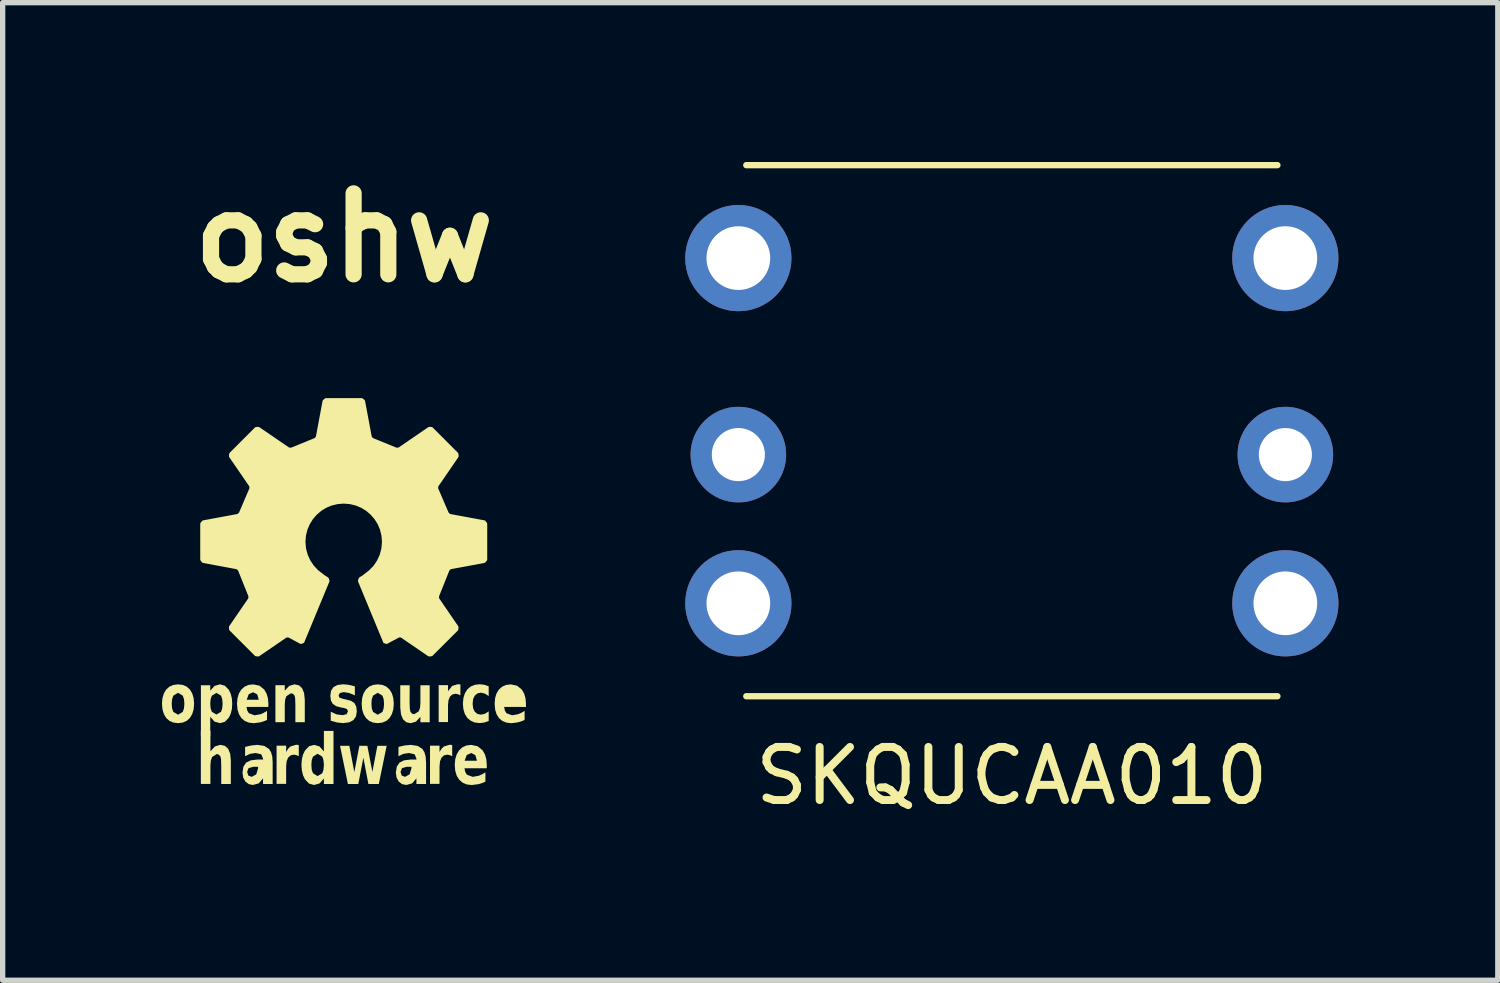
<source format=kicad_pcb>
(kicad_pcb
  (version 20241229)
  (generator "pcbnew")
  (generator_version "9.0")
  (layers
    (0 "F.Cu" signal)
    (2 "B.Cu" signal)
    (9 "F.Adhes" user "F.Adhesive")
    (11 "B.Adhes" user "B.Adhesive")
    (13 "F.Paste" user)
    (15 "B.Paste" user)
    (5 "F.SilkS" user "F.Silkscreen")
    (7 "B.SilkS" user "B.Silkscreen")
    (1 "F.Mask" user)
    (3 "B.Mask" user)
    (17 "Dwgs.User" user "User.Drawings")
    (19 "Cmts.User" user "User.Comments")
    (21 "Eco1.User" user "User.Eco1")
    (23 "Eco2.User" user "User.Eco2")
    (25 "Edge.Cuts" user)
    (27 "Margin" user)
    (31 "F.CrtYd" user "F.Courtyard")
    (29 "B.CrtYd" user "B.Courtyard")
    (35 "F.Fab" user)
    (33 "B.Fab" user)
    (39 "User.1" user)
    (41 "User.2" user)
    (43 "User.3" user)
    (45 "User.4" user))
  (footprint "oshw"
    (layer "F.Cu")
    (at 3.427 8.103)
    (property "Reference" "oshw" (at 0 -6.677 0) (layer "F.SilkS") (effects (font (size 1.524 1.524) (thickness 0.305))))
    (attr smd)
    (fp_poly (pts (xy -0.074 2.89) (xy 0.101 2.89) (xy 0.195 3.386) (xy 0.29 2.89) (xy 0.44 2.89) (xy 0.535 3.381) (xy 0.629 2.89) (xy 0.804 2.89) (xy 0.656 3.609) (xy 0.46 3.609) (xy 0.365 3.115) (xy 0.27 3.609) (xy 0.074 3.609) (xy -0.074 2.89)) (stroke (width 0) (type solid)) (fill yes) (layer "F.SilkS"))
    (fp_poly (pts (xy 2.192 1.939) (xy 2.146 1.919) (xy 2.1 1.91) (xy 2.04 1.924) (xy 1.996 1.965) (xy 1.968 2.032) (xy 1.959 2.123) (xy 1.959 2.444) (xy 1.783 2.444) (xy 1.783 1.748) (xy 1.959 1.748) (xy 1.959 1.862) (xy 2.037 1.763) (xy 2.142 1.731) (xy 2.163 1.732) (xy 2.193 1.736) (xy 2.192 1.939)) (stroke (width 0) (type solid)) (fill yes) (layer "F.SilkS"))
    (fp_poly (pts (xy -0.851 3.086) (xy -0.898 3.065) (xy -0.945 3.057) (xy -1.006 3.071) (xy -1.052 3.114) (xy -1.08 3.182) (xy -1.089 3.276) (xy -1.089 3.607) (xy -1.269 3.607) (xy -1.269 2.888) (xy -1.089 2.888) (xy -1.089 3.007) (xy -1.052 2.946) (xy -1.01 2.904) (xy -0.902 2.871) (xy -0.882 2.872) (xy -0.851 2.876) (xy -0.851 3.086)) (stroke (width 0) (type solid)) (fill yes) (layer "F.SilkS"))
    (fp_poly (pts (xy 2.038 3.086) (xy 1.99 3.065) (xy 1.944 3.057) (xy 1.882 3.071) (xy 1.836 3.114) (xy 1.809 3.182) (xy 1.799 3.276) (xy 1.799 3.607) (xy 1.62 3.607) (xy 1.62 2.888) (xy 1.799 2.888) (xy 1.799 3.007) (xy 1.837 2.946) (xy 1.879 2.904) (xy 1.987 2.871) (xy 2.007 2.872) (xy 2.038 2.876) (xy 2.038 3.086)) (stroke (width 0) (type solid)) (fill yes) (layer "F.SilkS"))
    (fp_poly (pts (xy -2.131 3.171) (xy -2.131 3.609) (xy -2.311 3.609) (xy -2.311 3.538) (xy -2.311 3.276) (xy -2.315 3.146) (xy -2.325 3.094) (xy -2.354 3.059) (xy -2.395 3.045) (xy -2.483 3.101) (xy -2.507 3.167) (xy -2.515 3.255) (xy -2.515 3.608) (xy -2.695 3.608) (xy -2.695 2.609) (xy -2.515 2.609) (xy -2.515 2.994) (xy -2.429 2.902) (xy -2.328 2.872) (xy -2.243 2.891) (xy -2.18 2.948) (xy -2.142 3.042) (xy -2.13 3.17) (xy -2.131 3.171)) (stroke (width 0) (type solid)) (fill yes) (layer "F.SilkS"))
    (fp_poly (pts (xy -0.738 2.022) (xy -0.738 2.446) (xy -0.915 2.446) (xy -0.915 2.377) (xy -0.915 2.121) (xy -0.919 1.997) (xy -0.929 1.947) (xy -0.957 1.913) (xy -0.997 1.901) (xy -1.084 1.955) (xy -1.107 2.019) (xy -1.115 2.103) (xy -1.115 2.446) (xy -1.291 2.446) (xy -1.291 1.749) (xy -1.115 1.749) (xy -1.115 1.851) (xy -1.031 1.762) (xy -0.932 1.733) (xy -0.848 1.751) (xy -0.788 1.807) (xy -0.751 1.897) (xy -0.738 2.022) (xy -0.738 2.022)) (stroke (width 0) (type solid)) (fill yes) (layer "F.SilkS"))
    (fp_poly (pts (xy 1.06 2.175) (xy 1.06 1.75) (xy 1.237 1.75) (xy 1.237 1.819) (xy 1.237 1.883) (xy 1.236 1.961) (xy 1.236 2.075) (xy 1.24 2.197) (xy 1.252 2.25) (xy 1.28 2.284) (xy 1.321 2.296) (xy 1.407 2.243) (xy 1.431 2.179) (xy 1.439 2.094) (xy 1.439 1.75) (xy 1.614 1.75) (xy 1.614 2.447) (xy 1.439 2.447) (xy 1.439 2.346) (xy 1.354 2.436) (xy 1.256 2.465) (xy 1.172 2.446) (xy 1.111 2.391) (xy 1.074 2.3) (xy 1.061 2.176) (xy 1.06 2.175)) (stroke (width 0) (type solid)) (fill yes) (layer "F.SilkS"))
    (fp_poly (pts (xy 2.725 1.771) (xy 2.725 1.953) (xy 2.653 1.907) (xy 2.578 1.89) (xy 2.512 1.904) (xy 2.463 1.945) (xy 2.432 2.01) (xy 2.422 2.097) (xy 2.432 2.184) (xy 2.463 2.249) (xy 2.512 2.29) (xy 2.578 2.304) (xy 2.656 2.287) (xy 2.725 2.241) (xy 2.725 2.423) (xy 2.641 2.452) (xy 2.556 2.462) (xy 2.464 2.452) (xy 2.387 2.419) (xy 2.323 2.366) (xy 2.277 2.293) (xy 2.249 2.203) (xy 2.239 2.097) (xy 2.249 1.99) (xy 2.277 1.901) (xy 2.323 1.828) (xy 2.386 1.774) (xy 2.464 1.742) (xy 2.556 1.731) (xy 2.641 1.741) (xy 2.725 1.77) (xy 2.725 1.771)) (stroke (width 0) (type solid)) (fill yes) (layer "F.SilkS"))
    (fp_poly (pts (xy -0.378 2.995) (xy -0.378 3.251) (xy -0.386 3.16) (xy -0.409 3.094) (xy -0.497 3.04) (xy -0.584 3.094) (xy -0.607 3.16) (xy -0.614 3.251) (xy -0.607 3.341) (xy -0.584 3.407) (xy -0.497 3.461) (xy -0.409 3.407) (xy -0.386 3.341) (xy -0.378 3.251) (xy -0.378 2.995) (xy -0.378 2.61) (xy -0.197 2.61) (xy -0.197 3.609) (xy -0.378 3.609) (xy -0.378 3.506) (xy -0.46 3.599) (xy -0.563 3.628) (xy -0.658 3.602) (xy -0.734 3.523) (xy -0.771 3.445) (xy -0.793 3.355) (xy -0.801 3.25) (xy -0.793 3.146) (xy -0.771 3.056) (xy -0.734 2.979) (xy -0.658 2.899) (xy -0.563 2.873) (xy -0.46 2.903) (xy -0.378 2.996) (xy -0.378 2.995)) (stroke (width 0) (type solid)) (fill yes) (layer "F.SilkS"))
    (fp_poly (pts (xy -2.518 2.345) (xy -2.518 2.711) (xy -2.694 2.711) (xy -2.511 2.011) (xy -2.518 2.098) (xy -2.511 2.185) (xy -2.488 2.25) (xy -2.401 2.302) (xy -2.315 2.25) (xy -2.293 2.186) (xy -2.285 2.098) (xy -2.293 2.01) (xy -2.315 1.946) (xy -2.401 1.894) (xy -2.401 1.894) (xy -2.488 1.947) (xy -2.511 2.011) (xy -2.694 2.711) (xy -2.694 1.75) (xy -2.518 1.75) (xy -2.518 1.852) (xy -2.437 1.762) (xy -2.336 1.733) (xy -2.243 1.759) (xy -2.169 1.835) (xy -2.133 1.91) (xy -2.111 1.998) (xy -2.104 2.098) (xy -2.111 2.199) (xy -2.133 2.287) (xy -2.169 2.362) (xy -2.243 2.438) (xy -2.336 2.464) (xy -2.437 2.435) (xy -2.518 2.345) (xy -2.518 2.345)) (stroke (width 0) (type solid)) (fill yes) (layer "F.SilkS"))
    (fp_poly (pts (xy -1.424 2.096) (xy -1.604 2.023) (xy -1.634 1.921) (xy -1.71 1.882) (xy -1.793 1.918) (xy -1.832 2.023) (xy -1.604 2.023) (xy -1.424 2.096) (xy -1.424 2.159) (xy -1.835 2.159) (xy -1.821 2.228) (xy -1.79 2.277) (xy -1.683 2.316) (xy -1.569 2.295) (xy -1.51 2.269) (xy -1.449 2.232) (xy -1.449 2.404) (xy -1.512 2.43) (xy -1.574 2.448) (xy -1.699 2.465) (xy -1.791 2.454) (xy -1.868 2.422) (xy -1.931 2.369) (xy -1.977 2.296) (xy -2.005 2.206) (xy -2.014 2.099) (xy -2.005 1.994) (xy -1.978 1.904) (xy -1.933 1.831) (xy -1.872 1.777) (xy -1.797 1.744) (xy -1.709 1.734) (xy -1.592 1.758) (xy -1.501 1.832) (xy -1.458 1.906) (xy -1.432 1.994) (xy -1.423 2.097) (xy -1.424 2.096)) (stroke (width 0) (type solid)) (fill yes) (layer "F.SilkS"))
    (fp_poly (pts (xy 0.205 1.771) (xy 0.205 1.94) (xy 0.096 1.896) (xy -0.003 1.879) (xy -0.078 1.896) (xy -0.102 1.944) (xy -0.083 1.985) (xy -0.017 2.006) (xy 0.014 2.013) (xy 0.127 2.041) (xy 0.195 2.084) (xy 0.23 2.148) (xy 0.242 2.24) (xy 0.226 2.338) (xy 0.177 2.407) (xy 0.096 2.449) (xy -0.016 2.463) (xy -0.129 2.451) (xy -0.249 2.418) (xy -0.249 2.249) (xy -0.141 2.298) (xy -0.028 2.314) (xy 0.049 2.296) (xy 0.075 2.242) (xy 0.057 2.198) (xy -0.015 2.175) (xy -0.046 2.171) (xy -0.145 2.145) (xy -0.21 2.102) (xy -0.246 2.039) (xy -0.257 1.949) (xy -0.243 1.853) (xy -0.198 1.785) (xy -0.122 1.745) (xy -0.014 1.732) (xy 0.088 1.742) (xy 0.204 1.771) (xy 0.205 1.771)) (stroke (width 0) (type solid)) (fill yes) (layer "F.SilkS"))
    (fp_poly (pts (xy 2.689 3.248) (xy 2.689 3.313) (xy 2.504 3.172) (xy 2.474 3.066) (xy 2.397 3.026) (xy 2.312 3.064) (xy 2.271 3.172) (xy 2.504 3.172) (xy 2.689 3.313) (xy 2.269 3.313) (xy 2.284 3.384) (xy 2.315 3.435) (xy 2.424 3.475) (xy 2.54 3.454) (xy 2.601 3.427) (xy 2.663 3.389) (xy 2.663 3.566) (xy 2.599 3.593) (xy 2.535 3.612) (xy 2.407 3.629) (xy 2.313 3.618) (xy 2.234 3.585) (xy 2.17 3.529) (xy 2.123 3.454) (xy 2.095 3.361) (xy 2.086 3.251) (xy 2.095 3.142) (xy 2.123 3.05) (xy 2.169 2.974) (xy 2.231 2.918) (xy 2.307 2.884) (xy 2.397 2.873) (xy 2.517 2.899) (xy 2.609 2.975) (xy 2.654 3.051) (xy 2.68 3.142) (xy 2.689 3.248) (xy 2.689 3.248)) (stroke (width 0) (type solid)) (fill yes) (layer "F.SilkS"))
    (fp_poly (pts (xy 3.427 2.096) (xy 3.246 2.023) (xy 3.217 1.921) (xy 3.14 1.882) (xy 3.057 1.918) (xy 3.018 2.023) (xy 3.246 2.023) (xy 3.427 2.096) (xy 3.427 2.159) (xy 3.016 2.159) (xy 3.03 2.228) (xy 3.06 2.277) (xy 3.167 2.316) (xy 3.281 2.295) (xy 3.34 2.269) (xy 3.401 2.232) (xy 3.401 2.404) (xy 3.338 2.43) (xy 3.276 2.448) (xy 3.151 2.465) (xy 3.059 2.454) (xy 2.982 2.422) (xy 2.919 2.369) (xy 2.873 2.296) (xy 2.846 2.206) (xy 2.837 2.099) (xy 2.846 1.994) (xy 2.872 1.904) (xy 2.917 1.831) (xy 2.979 1.777) (xy 3.053 1.744) (xy 3.141 1.734) (xy 3.258 1.758) (xy 3.349 1.832) (xy 3.392 1.906) (xy 3.418 1.994) (xy 3.427 2.097) (xy 3.427 2.096)) (stroke (width 0) (type solid)) (fill yes) (layer "F.SilkS"))
    (fp_poly (pts (xy -3.124 1.892) (xy -3.124 1.733) (xy -3.036 1.744) (xy -2.962 1.776) (xy -2.902 1.83) (xy -2.858 1.903) (xy -2.831 1.992) (xy -2.822 2.098) (xy -2.831 2.204) (xy -2.858 2.294) (xy -2.902 2.367) (xy -2.962 2.421) (xy -3.036 2.453) (xy -3.124 2.464) (xy -3.212 2.453) (xy -3.286 2.421) (xy -3.347 2.367) (xy -3.391 2.294) (xy -3.418 2.204) (xy -3.427 2.098) (xy -3.418 1.992) (xy -3.391 1.903) (xy -3.347 1.83) (xy -3.286 1.776) (xy -3.212 1.744) (xy -3.124 1.733) (xy -3.124 1.892) (xy -3.213 1.946) (xy -3.236 2.01) (xy -3.244 2.099) (xy -3.236 2.187) (xy -3.213 2.252) (xy -3.124 2.305) (xy -3.036 2.252) (xy -3.013 2.187) (xy -3.005 2.099) (xy -3.013 2.01) (xy -3.036 1.946) (xy -3.124 1.892)) (stroke (width 0) (type solid)) (fill yes) (layer "F.SilkS"))
    (fp_poly (pts (xy -1.711 3.286) (xy -1.894 3.284) (xy -1.843 3.208) (xy -1.756 3.164) (xy -1.63 3.149) (xy -1.524 3.149) (xy -1.524 3.131) (xy -1.557 3.051) (xy -1.662 3.026) (xy -1.77 3.042) (xy -1.862 3.086) (xy -1.862 2.911) (xy -1.746 2.884) (xy -1.63 2.873) (xy -1.499 2.893) (xy -1.411 2.95) (xy -1.373 3.012) (xy -1.35 3.095) (xy -1.343 3.2) (xy -1.343 3.199) (xy -1.343 3.609) (xy -1.524 3.609) (xy -1.524 3.503) (xy -1.605 3.598) (xy -1.715 3.628) (xy -1.794 3.612) (xy -1.857 3.563) (xy -1.898 3.488) (xy -1.911 3.394) (xy -1.894 3.284) (xy -1.711 3.286) (xy -1.796 3.31) (xy -1.824 3.382) (xy -1.801 3.451) (xy -1.737 3.475) (xy -1.652 3.428) (xy -1.617 3.312) (xy -1.617 3.286) (xy -1.711 3.286)) (stroke (width 0) (type solid)) (fill yes) (layer "F.SilkS"))
    (fp_poly (pts (xy 0.636 1.892) (xy 0.636 1.733) (xy 0.724 1.744) (xy 0.798 1.776) (xy 0.858 1.83) (xy 0.902 1.903) (xy 0.929 1.992) (xy 0.938 2.098) (xy 0.929 2.204) (xy 0.902 2.294) (xy 0.858 2.367) (xy 0.798 2.421) (xy 0.724 2.453) (xy 0.636 2.464) (xy 0.548 2.453) (xy 0.474 2.421) (xy 0.414 2.367) (xy 0.369 2.294) (xy 0.342 2.204) (xy 0.333 2.098) (xy 0.342 1.992) (xy 0.369 1.903) (xy 0.414 1.83) (xy 0.474 1.776) (xy 0.548 1.744) (xy 0.636 1.733) (xy 0.636 1.892) (xy 0.547 1.946) (xy 0.524 2.01) (xy 0.517 2.099) (xy 0.524 2.187) (xy 0.547 2.252) (xy 0.636 2.305) (xy 0.724 2.252) (xy 0.747 2.187) (xy 0.755 2.099) (xy 0.747 2.01) (xy 0.724 1.946) (xy 0.636 1.892)) (stroke (width 0) (type solid)) (fill yes) (layer "F.SilkS"))
    (fp_poly (pts (xy 1.178 3.286) (xy 0.994 3.284) (xy 1.045 3.208) (xy 1.132 3.164) (xy 1.258 3.149) (xy 1.364 3.149) (xy 1.364 3.131) (xy 1.331 3.051) (xy 1.226 3.026) (xy 1.118 3.042) (xy 1.026 3.086) (xy 1.026 2.911) (xy 1.142 2.884) (xy 1.258 2.873) (xy 1.389 2.893) (xy 1.477 2.95) (xy 1.515 3.012) (xy 1.538 3.095) (xy 1.545 3.2) (xy 1.546 3.199) (xy 1.546 3.609) (xy 1.364 3.609) (xy 1.364 3.503) (xy 1.283 3.598) (xy 1.173 3.628) (xy 1.094 3.612) (xy 1.031 3.563) (xy 0.99 3.488) (xy 0.977 3.394) (xy 0.994 3.284) (xy 1.178 3.286) (xy 1.093 3.31) (xy 1.065 3.382) (xy 1.087 3.451) (xy 1.151 3.475) (xy 1.236 3.428) (xy 1.271 3.312) (xy 1.271 3.286) (xy 1.178 3.286)) (stroke (width 0) (type solid)) (fill yes) (layer "F.SilkS"))
    (fp_poly (pts (xy 2.644 -1.327) (xy 1.987 -1.449) (xy 1.948 -1.483) (xy 1.746 -1.952) (xy 1.749 -2.003) (xy 2.132 -2.561) (xy 2.128 -2.606) (xy 1.65 -3.085) (xy 1.605 -3.088) (xy 1.037 -2.699) (xy 0.986 -2.695) (xy 0.53 -2.881) (xy 0.497 -2.92) (xy 0.37 -3.599) (xy 0.335 -3.629) (xy -0.341 -3.629) (xy -0.376 -3.599) (xy -0.503 -2.92) (xy -0.536 -2.881) (xy -0.992 -2.695) (xy -1.043 -2.699) (xy -1.611 -3.088) (xy -1.656 -3.085) (xy -2.134 -2.606) (xy -2.138 -2.561) (xy -1.755 -2.003) (xy -1.753 -1.952) (xy -1.954 -1.483) (xy -1.993 -1.449) (xy -2.65 -1.327) (xy -2.679 -1.292) (xy -2.679 -0.616) (xy -2.65 -0.58) (xy -2.009 -0.461) (xy -1.971 -0.427) (xy -1.771 0.072) (xy -1.775 0.123) (xy -2.139 0.654) (xy -2.135 0.699) (xy -1.657 1.177) (xy -1.612 1.181) (xy -1.091 0.824) (xy -1.041 0.822) (xy -0.811 0.945) (xy -0.773 0.931) (xy -0.299 -0.215) (xy -0.314 -0.257) (xy -0.371 -0.292) (xy -0.408 -0.32) (xy -0.505 -0.395) (xy -0.589 -0.484) (xy -0.658 -0.586) (xy -0.709 -0.699) (xy -0.742 -0.821) (xy -0.753 -0.95) (xy -0.743 -1.071) (xy -0.715 -1.187) (xy -0.669 -1.294) (xy -0.608 -1.392) (xy -0.534 -1.479) (xy -0.447 -1.554) (xy -0.349 -1.615) (xy -0.241 -1.66) (xy -0.126 -1.688) (xy -0.005 -1.698) (xy 0.116 -1.688) (xy 0.232 -1.66) (xy 0.339 -1.615) (xy 0.437 -1.554) (xy 0.524 -1.479) (xy 0.599 -1.392) (xy 0.66 -1.294) (xy 0.705 -1.187) (xy 0.733 -1.071) (xy 0.743 -0.95) (xy 0.732 -0.821) (xy 0.7 -0.699) (xy 0.648 -0.586) (xy 0.58 -0.484) (xy 0.495 -0.395) (xy 0.398 -0.32) (xy 0.361 -0.292) (xy 0.304 -0.257) (xy 0.29 -0.215) (xy 0.764 0.931) (xy 0.801 0.945) (xy 1.031 0.822) (xy 1.081 0.824) (xy 1.602 1.181) (xy 1.647 1.177) (xy 2.126 0.699) (xy 2.129 0.654) (xy 1.765 0.123) (xy 1.762 0.072) (xy 1.962 -0.428) (xy 1.999 -0.461) (xy 2.64 -0.58) (xy 2.67 -0.616) (xy 2.67 -1.292) (xy 2.641 -1.327) (xy 2.644 -1.327)) (stroke (width 0.055) (type solid)) (fill yes) (layer "F.SilkS")))
  (footprint "SKQUCAA010"
    (layer "F.Cu")
    (at 16.003 5.06)
    (property "Reference" "SKQUCAA010" (at 0 6.5 0) (unlocked yes) (layer "F.SilkS") (effects (font (size 1 1) (thickness 0.15))))
    (attr through_hole)
    (fp_line (start -5 -5) (end 5 -5) (stroke (width 0.12) (type solid)) (layer "F.SilkS"))
    (fp_line (start -5 5) (end 5 5) (stroke (width 0.12) (type solid)) (layer "F.SilkS"))
    (pad "A" thru_hole circle (at -5.15 -3.25) (size 2 2) (drill 1.2) (layers "*.Cu" "*.Mask"))
    (pad "B" thru_hole circle (at -5.15 0.45) (size 1.8 1.8) (drill 1) (layers "*.Cu" "*.Mask"))
    (pad "BT" thru_hole circle (at 5.15 -3.25) (size 2 2) (drill 1.2) (layers "*.Cu" "*.Mask"))
    (pad "C" thru_hole circle (at -5.15 3.25) (size 2 2) (drill 1.2) (layers "*.Cu" "*.Mask"))
    (pad "D" thru_hole circle (at 5.15 0.45) (size 1.8 1.8) (drill 1) (layers "*.Cu" "*.Mask"))
    (pad "K" thru_hole circle (at 5.15 3.25) (size 2 2) (drill 1.2) (layers "*.Cu" "*.Mask")))
  (gr_rect
    (start -3 -3)
    (end 25.153 15.408)
    (stroke (width 0.1) (type default))
    (fill no)
    (layer "Edge.Cuts")))
</source>
